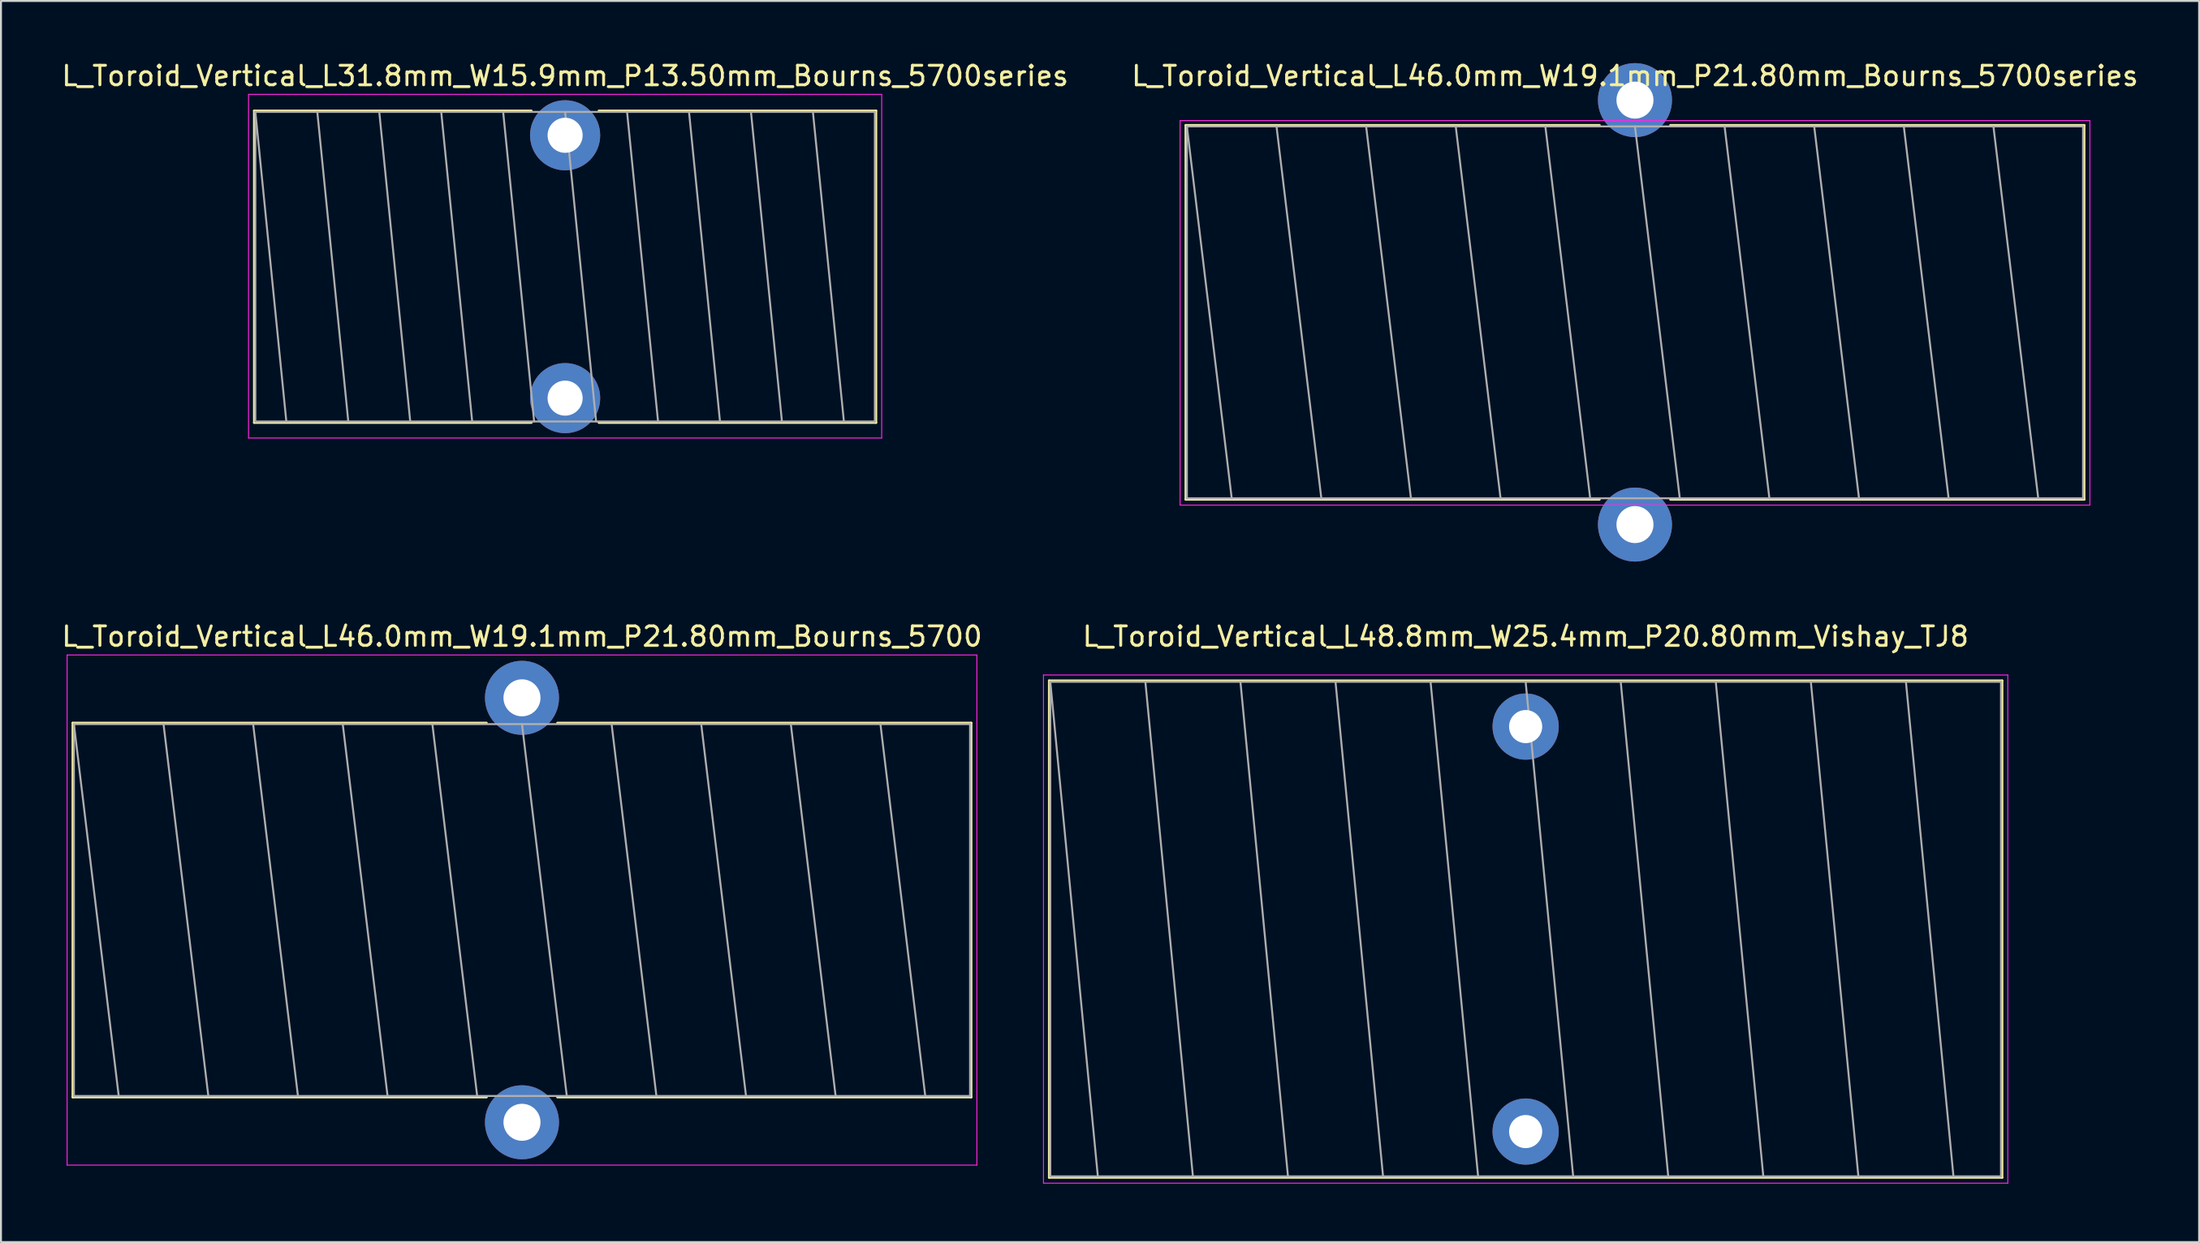
<source format=kicad_pcb>
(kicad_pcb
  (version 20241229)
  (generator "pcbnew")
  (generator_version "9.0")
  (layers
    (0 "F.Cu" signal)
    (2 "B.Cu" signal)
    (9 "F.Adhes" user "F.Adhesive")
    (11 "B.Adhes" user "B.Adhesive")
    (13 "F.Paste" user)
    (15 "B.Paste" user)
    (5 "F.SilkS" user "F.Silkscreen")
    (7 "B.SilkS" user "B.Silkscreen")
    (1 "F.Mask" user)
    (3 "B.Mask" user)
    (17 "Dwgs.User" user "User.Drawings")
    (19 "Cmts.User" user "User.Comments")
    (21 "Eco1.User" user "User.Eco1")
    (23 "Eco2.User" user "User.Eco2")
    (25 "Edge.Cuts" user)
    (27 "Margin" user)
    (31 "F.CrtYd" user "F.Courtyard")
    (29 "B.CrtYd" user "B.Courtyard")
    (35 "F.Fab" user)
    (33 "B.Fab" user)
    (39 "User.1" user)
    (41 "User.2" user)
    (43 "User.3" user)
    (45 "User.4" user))
  (footprint "L_Toroid_Vertical_L46.0mm_W19.1mm_P21.80mm_Bourns_5700series"
    (layer "F.Cu")
    (at 80.875 2.092)
    (property "Reference" "L_Toroid_Vertical_L46.0mm_W19.1mm_P21.80mm_Bourns_5700series" (at 0 -1.243 0) (layer "F.SilkS") (effects (font (size 1 1) (thickness 0.15))))
    (attr through_hole)
    (fp_line (start -23.06 1.289) (end -23.06 20.511) (stroke (width 0.12) (type solid)) (layer "F.SilkS"))
    (fp_line (start -23.06 1.289) (end -1.817 1.289) (stroke (width 0.12) (type solid)) (layer "F.SilkS"))
    (fp_line (start -23.06 20.511) (end -1.817 20.511) (stroke (width 0.12) (type solid)) (layer "F.SilkS"))
    (fp_line (start 1.817 1.289) (end 23.06 1.289) (stroke (width 0.12) (type solid)) (layer "F.SilkS"))
    (fp_line (start 1.817 20.511) (end 23.06 20.511) (stroke (width 0.12) (type solid)) (layer "F.SilkS"))
    (fp_line (start 23.06 1.289) (end 23.06 20.511) (stroke (width 0.12) (type solid)) (layer "F.SilkS"))
    (fp_line (start -23.35 1.05) (end -23.35 20.8) (stroke (width 0.05) (type solid)) (layer "F.CrtYd"))
    (fp_line (start -23.35 20.8) (end 23.35 20.8) (stroke (width 0.05) (type solid)) (layer "F.CrtYd"))
    (fp_line (start 23.35 1.05) (end -23.35 1.05) (stroke (width 0.05) (type solid)) (layer "F.CrtYd"))
    (fp_line (start 23.35 20.8) (end 23.35 1.05) (stroke (width 0.05) (type solid)) (layer "F.CrtYd"))
    (fp_line (start -23 1.35) (end -23 20.45) (stroke (width 0.1) (type solid)) (layer "F.Fab"))
    (fp_line (start -23 1.35) (end -20.7 20.45) (stroke (width 0.1) (type solid)) (layer "F.Fab"))
    (fp_line (start -23 20.45) (end 23 20.45) (stroke (width 0.1) (type solid)) (layer "F.Fab"))
    (fp_line (start -18.4 1.35) (end -16.1 20.45) (stroke (width 0.1) (type solid)) (layer "F.Fab"))
    (fp_line (start -13.8 1.35) (end -11.5 20.45) (stroke (width 0.1) (type solid)) (layer "F.Fab"))
    (fp_line (start -9.2 1.35) (end -6.9 20.45) (stroke (width 0.1) (type solid)) (layer "F.Fab"))
    (fp_line (start -4.6 1.35) (end -2.3 20.45) (stroke (width 0.1) (type solid)) (layer "F.Fab"))
    (fp_line (start 0 1.35) (end 2.3 20.45) (stroke (width 0.1) (type solid)) (layer "F.Fab"))
    (fp_line (start 4.6 1.35) (end 6.9 20.45) (stroke (width 0.1) (type solid)) (layer "F.Fab"))
    (fp_line (start 9.2 1.35) (end 11.5 20.45) (stroke (width 0.1) (type solid)) (layer "F.Fab"))
    (fp_line (start 13.8 1.35) (end 16.1 20.45) (stroke (width 0.1) (type solid)) (layer "F.Fab"))
    (fp_line (start 18.4 1.35) (end 20.7 20.45) (stroke (width 0.1) (type solid)) (layer "F.Fab"))
    (fp_line (start 23 1.35) (end -23 1.35) (stroke (width 0.1) (type solid)) (layer "F.Fab"))
    (fp_line (start 23 20.45) (end 23 1.35) (stroke (width 0.1) (type solid)) (layer "F.Fab"))
    (pad "1" thru_hole circle (at 0 0) (size 3.8 3.8) (drill 1.9) (layers "*.Cu" "*.Mask"))
    (pad "2" thru_hole circle (at 0 21.8) (size 3.8 3.8) (drill 1.9) (layers "*.Cu" "*.Mask")))
  (footprint "L_Toroid_Vertical_L48.8mm_W25.4mm_P20.80mm_Vishay_TJ8"
    (layer "F.Cu")
    (at 75.263 34.267)
    (property "Reference" "L_Toroid_Vertical_L48.8mm_W25.4mm_P20.80mm_Vishay_TJ8" (at 0 -4.627 0) (layer "F.SilkS") (effects (font (size 1 1) (thickness 0.15))))
    (attr through_hole)
    (fp_line (start -24.46 -2.36) (end -24.46 23.16) (stroke (width 0.12) (type solid)) (layer "F.SilkS"))
    (fp_line (start -24.46 -2.36) (end 24.46 -2.36) (stroke (width 0.12) (type solid)) (layer "F.SilkS"))
    (fp_line (start -24.46 23.16) (end 24.46 23.16) (stroke (width 0.12) (type solid)) (layer "F.SilkS"))
    (fp_line (start 24.46 -2.36) (end 24.46 23.16) (stroke (width 0.12) (type solid)) (layer "F.SilkS"))
    (fp_line (start -24.75 -2.65) (end -24.75 23.45) (stroke (width 0.05) (type solid)) (layer "F.CrtYd"))
    (fp_line (start -24.75 23.45) (end 24.75 23.45) (stroke (width 0.05) (type solid)) (layer "F.CrtYd"))
    (fp_line (start 24.75 -2.65) (end -24.75 -2.65) (stroke (width 0.05) (type solid)) (layer "F.CrtYd"))
    (fp_line (start 24.75 23.45) (end 24.75 -2.65) (stroke (width 0.05) (type solid)) (layer "F.CrtYd"))
    (fp_line (start -24.4 -2.3) (end -24.4 23.1) (stroke (width 0.1) (type solid)) (layer "F.Fab"))
    (fp_line (start -24.4 -2.3) (end -21.96 23.1) (stroke (width 0.1) (type solid)) (layer "F.Fab"))
    (fp_line (start -24.4 23.1) (end 24.4 23.1) (stroke (width 0.1) (type solid)) (layer "F.Fab"))
    (fp_line (start -19.52 -2.3) (end -17.08 23.1) (stroke (width 0.1) (type solid)) (layer "F.Fab"))
    (fp_line (start -14.64 -2.3) (end -12.2 23.1) (stroke (width 0.1) (type solid)) (layer "F.Fab"))
    (fp_line (start -9.76 -2.3) (end -7.32 23.1) (stroke (width 0.1) (type solid)) (layer "F.Fab"))
    (fp_line (start -4.88 -2.3) (end -2.44 23.1) (stroke (width 0.1) (type solid)) (layer "F.Fab"))
    (fp_line (start 0 -2.3) (end 2.44 23.1) (stroke (width 0.1) (type solid)) (layer "F.Fab"))
    (fp_line (start 4.88 -2.3) (end 7.32 23.1) (stroke (width 0.1) (type solid)) (layer "F.Fab"))
    (fp_line (start 9.76 -2.3) (end 12.2 23.1) (stroke (width 0.1) (type solid)) (layer "F.Fab"))
    (fp_line (start 14.64 -2.3) (end 17.08 23.1) (stroke (width 0.1) (type solid)) (layer "F.Fab"))
    (fp_line (start 19.52 -2.3) (end 21.96 23.1) (stroke (width 0.1) (type solid)) (layer "F.Fab"))
    (fp_line (start 24.4 -2.3) (end -24.4 -2.3) (stroke (width 0.1) (type solid)) (layer "F.Fab"))
    (fp_line (start 24.4 23.1) (end 24.4 -2.3) (stroke (width 0.1) (type solid)) (layer "F.Fab"))
    (pad "1" thru_hole circle (at 0 0) (size 3.4 3.4) (drill 1.7) (layers "*.Cu" "*.Mask"))
    (pad "2" thru_hole circle (at 0 20.8) (size 3.4 3.4) (drill 1.7) (layers "*.Cu" "*.Mask")))
  (footprint "L_Toroid_Vertical_L31.8mm_W15.9mm_P13.50mm_Bourns_5700series"
    (layer "F.Cu")
    (at 25.958 3.898)
    (property "Reference" "L_Toroid_Vertical_L31.8mm_W15.9mm_P13.50mm_Bourns_5700series" (at 0 -3.05 0) (layer "F.SilkS") (effects (font (size 1 1) (thickness 0.15))))
    (attr through_hole)
    (fp_line (start -15.96 -1.26) (end -15.96 14.76) (stroke (width 0.12) (type solid)) (layer "F.SilkS"))
    (fp_line (start -15.96 -1.26) (end -1.73 -1.26) (stroke (width 0.12) (type solid)) (layer "F.SilkS"))
    (fp_line (start -15.96 14.76) (end -1.73 14.76) (stroke (width 0.12) (type solid)) (layer "F.SilkS"))
    (fp_line (start 1.73 -1.26) (end 15.96 -1.26) (stroke (width 0.12) (type solid)) (layer "F.SilkS"))
    (fp_line (start 1.73 14.76) (end 15.96 14.76) (stroke (width 0.12) (type solid)) (layer "F.SilkS"))
    (fp_line (start 15.96 -1.26) (end 15.96 14.76) (stroke (width 0.12) (type solid)) (layer "F.SilkS"))
    (fp_line (start -16.25 -2.1) (end -16.25 15.55) (stroke (width 0.05) (type solid)) (layer "F.CrtYd"))
    (fp_line (start -16.25 15.55) (end 16.25 15.55) (stroke (width 0.05) (type solid)) (layer "F.CrtYd"))
    (fp_line (start 16.25 -2.1) (end -16.25 -2.1) (stroke (width 0.05) (type solid)) (layer "F.CrtYd"))
    (fp_line (start 16.25 15.55) (end 16.25 -2.1) (stroke (width 0.05) (type solid)) (layer "F.CrtYd"))
    (fp_line (start -15.9 -1.2) (end -15.9 14.7) (stroke (width 0.1) (type solid)) (layer "F.Fab"))
    (fp_line (start -15.9 -1.2) (end -14.31 14.7) (stroke (width 0.1) (type solid)) (layer "F.Fab"))
    (fp_line (start -15.9 14.7) (end 15.9 14.7) (stroke (width 0.1) (type solid)) (layer "F.Fab"))
    (fp_line (start -12.72 -1.2) (end -11.13 14.7) (stroke (width 0.1) (type solid)) (layer "F.Fab"))
    (fp_line (start -9.54 -1.2) (end -7.95 14.7) (stroke (width 0.1) (type solid)) (layer "F.Fab"))
    (fp_line (start -6.36 -1.2) (end -4.77 14.7) (stroke (width 0.1) (type solid)) (layer "F.Fab"))
    (fp_line (start -3.18 -1.2) (end -1.59 14.7) (stroke (width 0.1) (type solid)) (layer "F.Fab"))
    (fp_line (start 0 -1.2) (end 1.59 14.7) (stroke (width 0.1) (type solid)) (layer "F.Fab"))
    (fp_line (start 3.18 -1.2) (end 4.77 14.7) (stroke (width 0.1) (type solid)) (layer "F.Fab"))
    (fp_line (start 6.36 -1.2) (end 7.95 14.7) (stroke (width 0.1) (type solid)) (layer "F.Fab"))
    (fp_line (start 9.54 -1.2) (end 11.13 14.7) (stroke (width 0.1) (type solid)) (layer "F.Fab"))
    (fp_line (start 12.72 -1.2) (end 14.31 14.7) (stroke (width 0.1) (type solid)) (layer "F.Fab"))
    (fp_line (start 15.9 -1.2) (end -15.9 -1.2) (stroke (width 0.1) (type solid)) (layer "F.Fab"))
    (fp_line (start 15.9 14.7) (end 15.9 -1.2) (stroke (width 0.1) (type solid)) (layer "F.Fab"))
    (pad "1" thru_hole circle (at 0 0) (size 3.6 3.6) (drill 1.8) (layers "*.Cu" "*.Mask"))
    (pad "2" thru_hole circle (at 0 13.5) (size 3.6 3.6) (drill 1.8) (layers "*.Cu" "*.Mask")))
  (footprint "L_Toroid_Vertical_L46.0mm_W19.1mm_P21.80mm_Bourns_5700"
    (layer "F.Cu")
    (at 23.744 32.79)
    (property "Reference" "L_Toroid_Vertical_L46.0mm_W19.1mm_P21.80mm_Bourns_5700" (at 0 -3.15 0) (layer "F.SilkS") (effects (font (size 1 1) (thickness 0.15))))
    (attr through_hole)
    (fp_line (start -23.06 1.289) (end -23.06 20.511) (stroke (width 0.12) (type solid)) (layer "F.SilkS"))
    (fp_line (start -23.06 1.289) (end -1.817 1.289) (stroke (width 0.12) (type solid)) (layer "F.SilkS"))
    (fp_line (start -23.06 20.511) (end -1.817 20.511) (stroke (width 0.12) (type solid)) (layer "F.SilkS"))
    (fp_line (start 1.817 1.289) (end 23.06 1.289) (stroke (width 0.12) (type solid)) (layer "F.SilkS"))
    (fp_line (start 1.817 20.511) (end 23.06 20.511) (stroke (width 0.12) (type solid)) (layer "F.SilkS"))
    (fp_line (start 23.06 1.289) (end 23.06 20.511) (stroke (width 0.12) (type solid)) (layer "F.SilkS"))
    (fp_line (start -23.35 -2.2) (end -23.35 24) (stroke (width 0.05) (type solid)) (layer "F.CrtYd"))
    (fp_line (start -23.35 24) (end 23.35 24) (stroke (width 0.05) (type solid)) (layer "F.CrtYd"))
    (fp_line (start 23.35 -2.2) (end -23.35 -2.2) (stroke (width 0.05) (type solid)) (layer "F.CrtYd"))
    (fp_line (start 23.35 24) (end 23.35 -2.2) (stroke (width 0.05) (type solid)) (layer "F.CrtYd"))
    (fp_line (start -23 1.35) (end -23 20.45) (stroke (width 0.1) (type solid)) (layer "F.Fab"))
    (fp_line (start -23 1.35) (end -20.7 20.45) (stroke (width 0.1) (type solid)) (layer "F.Fab"))
    (fp_line (start -23 20.45) (end 23 20.45) (stroke (width 0.1) (type solid)) (layer "F.Fab"))
    (fp_line (start -18.4 1.35) (end -16.1 20.45) (stroke (width 0.1) (type solid)) (layer "F.Fab"))
    (fp_line (start -13.8 1.35) (end -11.5 20.45) (stroke (width 0.1) (type solid)) (layer "F.Fab"))
    (fp_line (start -9.2 1.35) (end -6.9 20.45) (stroke (width 0.1) (type solid)) (layer "F.Fab"))
    (fp_line (start -4.6 1.35) (end -2.3 20.45) (stroke (width 0.1) (type solid)) (layer "F.Fab"))
    (fp_line (start 0 1.35) (end 2.3 20.45) (stroke (width 0.1) (type solid)) (layer "F.Fab"))
    (fp_line (start 4.6 1.35) (end 6.9 20.45) (stroke (width 0.1) (type solid)) (layer "F.Fab"))
    (fp_line (start 9.2 1.35) (end 11.5 20.45) (stroke (width 0.1) (type solid)) (layer "F.Fab"))
    (fp_line (start 13.8 1.35) (end 16.1 20.45) (stroke (width 0.1) (type solid)) (layer "F.Fab"))
    (fp_line (start 18.4 1.35) (end 20.7 20.45) (stroke (width 0.1) (type solid)) (layer "F.Fab"))
    (fp_line (start 23 1.35) (end -23 1.35) (stroke (width 0.1) (type solid)) (layer "F.Fab"))
    (fp_line (start 23 20.45) (end 23 1.35) (stroke (width 0.1) (type solid)) (layer "F.Fab"))
    (pad "1" thru_hole circle (at 0 0) (size 3.8 3.8) (drill 1.9) (layers "*.Cu" "*.Mask"))
    (pad "2" thru_hole circle (at 0 21.8) (size 3.8 3.8) (drill 1.9) (layers "*.Cu" "*.Mask")))
  (gr_rect
    (start -3 -3)
    (end 109.833 60.742)
    (stroke (width 0.1) (type default))
    (fill no)
    (layer "Edge.Cuts")))
</source>
